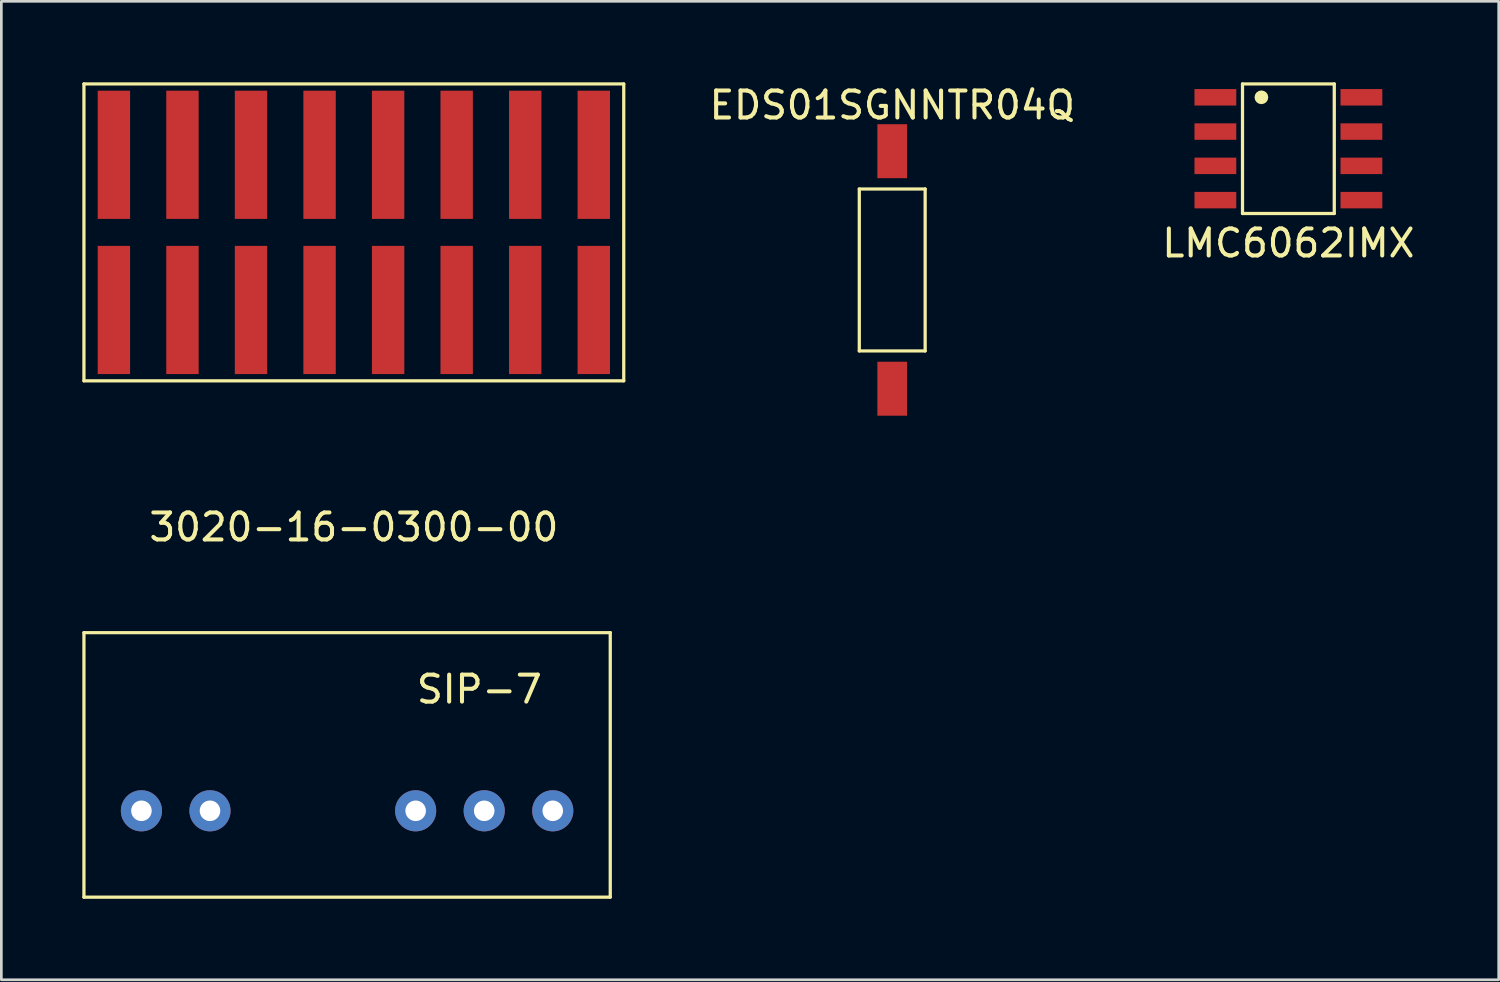
<source format=kicad_pcb>
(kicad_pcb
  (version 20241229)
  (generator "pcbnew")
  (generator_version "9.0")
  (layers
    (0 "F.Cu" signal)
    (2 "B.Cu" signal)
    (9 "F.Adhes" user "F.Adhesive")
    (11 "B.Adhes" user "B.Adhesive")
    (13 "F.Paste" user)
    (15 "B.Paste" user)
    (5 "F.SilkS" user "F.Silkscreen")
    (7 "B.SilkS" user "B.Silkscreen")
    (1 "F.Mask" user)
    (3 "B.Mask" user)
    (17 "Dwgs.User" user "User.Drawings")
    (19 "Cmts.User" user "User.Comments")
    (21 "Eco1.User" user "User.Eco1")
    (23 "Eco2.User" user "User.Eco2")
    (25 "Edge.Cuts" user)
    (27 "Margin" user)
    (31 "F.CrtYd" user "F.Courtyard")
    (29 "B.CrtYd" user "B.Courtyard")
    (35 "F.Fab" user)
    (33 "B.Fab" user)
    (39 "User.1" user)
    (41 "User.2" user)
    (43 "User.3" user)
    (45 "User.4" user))
  (footprint "EDS01SGNNTR04Q"
    (layer "F.Cu")
    (at 30.007 6.952)
    (property "Reference" "EDS01SGNNTR04Q" (at 0 -6.104 0) (layer "F.SilkS") (effects (font (size 1 1) (thickness 0.15))))
    (attr smd)
    (fp_line (start -1.22 -3) (end -1.22 3) (stroke (width 0.12) (type solid)) (layer "F.SilkS"))
    (fp_line (start -1.22 3) (end 1.22 3) (stroke (width 0.12) (type solid)) (layer "F.SilkS"))
    (fp_line (start 1.22 -3) (end -1.22 -3) (stroke (width 0.12) (type solid)) (layer "F.SilkS"))
    (fp_line (start 1.22 -3) (end 1.22 3) (stroke (width 0.12) (type solid)) (layer "F.SilkS"))
    (pad "1" smd rect (at 0 -4.4) (size 1.1 2) (layers "F.Cu" "F.Mask" "F.Paste"))
    (pad "2" smd rect (at 0 4.4) (size 1.1 2) (layers "F.Cu" "F.Mask" "F.Paste")))
  (footprint "SIP-7"
    (layer "F.Cu")
    (at 9.81 25.29)
    (property "Reference" "SIP-7" (at 4.9 -2.8 0) (layer "F.SilkS") (effects (font (size 1 1) (thickness 0.15))))
    (attr through_hole)
    (fp_line (start -9.75 -4.9) (end -9.75 4.9) (stroke (width 0.12) (type solid)) (layer "F.SilkS"))
    (fp_line (start -9.75 -4.9) (end 9.75 -4.9) (stroke (width 0.12) (type solid)) (layer "F.SilkS"))
    (fp_line (start -9.75 4.9) (end 9.75 4.9) (stroke (width 0.12) (type solid)) (layer "F.SilkS"))
    (fp_line (start 9.75 -4.9) (end 9.75 4.9) (stroke (width 0.12) (type solid)) (layer "F.SilkS"))
    (pad "1" thru_hole circle (at -7.62 1.7) (size 1.524 1.524) (drill 0.762) (layers "*.Cu" "*.Mask"))
    (pad "2" thru_hole circle (at -5.08 1.7) (size 1.524 1.524) (drill 0.762) (layers "*.Cu" "*.Mask"))
    (pad "3" thru_hole circle (at 2.54 1.7) (size 1.524 1.524) (drill 0.762) (layers "*.Cu" "*.Mask"))
    (pad "4" thru_hole circle (at 5.08 1.7) (size 1.524 1.524) (drill 0.762) (layers "*.Cu" "*.Mask"))
    (pad "5" thru_hole circle (at 7.62 1.7) (size 1.524 1.524) (drill 0.762) (layers "*.Cu" "*.Mask")))
  (footprint "3020-16-0300-00"
    (layer "F.Cu")
    (at 10.06 5.56)
    (property "Reference" "3020-16-0300-00" (at 0 10.922 0) (layer "F.SilkS") (effects (font (size 1 1) (thickness 0.15))))
    (attr through_hole)
    (fp_line (start -10 -5.5) (end -10 5.5) (stroke (width 0.12) (type solid)) (layer "F.SilkS"))
    (fp_line (start -10 5.5) (end 10 5.5) (stroke (width 0.12) (type solid)) (layer "F.SilkS"))
    (fp_line (start 10 -5.5) (end -10 -5.5) (stroke (width 0.12) (type solid)) (layer "F.SilkS"))
    (fp_line (start 10 5.5) (end 10 -5.5) (stroke (width 0.12) (type solid)) (layer "F.SilkS"))
    (pad "1" smd rect (at -8.89 -2.875) (size 1.2 4.75) (layers "F.Cu" "F.Mask" "F.Paste"))
    (pad "2" smd rect (at -6.35 -2.875) (size 1.2 4.75) (layers "F.Cu" "F.Mask" "F.Paste"))
    (pad "3" smd rect (at -3.81 -2.875) (size 1.2 4.75) (layers "F.Cu" "F.Mask" "F.Paste"))
    (pad "4" smd rect (at -1.27 -2.875) (size 1.2 4.75) (layers "F.Cu" "F.Mask" "F.Paste"))
    (pad "5" smd rect (at 1.27 -2.875) (size 1.2 4.75) (layers "F.Cu" "F.Mask" "F.Paste"))
    (pad "6" smd rect (at 3.81 -2.875) (size 1.2 4.75) (layers "F.Cu" "F.Mask" "F.Paste"))
    (pad "7" smd rect (at 6.35 -2.875) (size 1.2 4.75) (layers "F.Cu" "F.Mask" "F.Paste"))
    (pad "8" smd rect (at 8.89 -2.875) (size 1.2 4.75) (layers "F.Cu" "F.Mask" "F.Paste"))
    (pad "9" smd rect (at -8.89 2.875) (size 1.2 4.75) (layers "F.Cu" "F.Mask" "F.Paste"))
    (pad "10" smd rect (at -6.35 2.875) (size 1.2 4.75) (layers "F.Cu" "F.Mask" "F.Paste"))
    (pad "11" smd rect (at -3.81 2.875) (size 1.2 4.75) (layers "F.Cu" "F.Mask" "F.Paste"))
    (pad "12" smd rect (at -1.27 2.875) (size 1.2 4.75) (layers "F.Cu" "F.Mask" "F.Paste"))
    (pad "13" smd rect (at 1.27 2.875) (size 1.2 4.75) (layers "F.Cu" "F.Mask" "F.Paste"))
    (pad "14" smd rect (at 3.81 2.875) (size 1.2 4.75) (layers "F.Cu" "F.Mask" "F.Paste"))
    (pad "15" smd rect (at 6.35 2.875) (size 1.2 4.75) (layers "F.Cu" "F.Mask" "F.Paste"))
    (pad "16" smd rect (at 8.89 2.875) (size 1.2 4.75) (layers "F.Cu" "F.Mask" "F.Paste")))
  (footprint "LMC6062IMX"
    (layer "F.Cu")
    (at 44.685 2.46)
    (property "Reference" "LMC6062IMX" (at 0 3.5 0) (layer "F.SilkS") (effects (font (size 1 1) (thickness 0.15))))
    (attr through_hole)
    (fp_line (start -1.7 -2.4) (end -1.7 2.4) (stroke (width 0.12) (type solid)) (layer "F.SilkS"))
    (fp_line (start -1.7 -2.4) (end 1.7 -2.4) (stroke (width 0.12) (type solid)) (layer "F.SilkS"))
    (fp_line (start -1.7 2.4) (end 1.7 2.4) (stroke (width 0.12) (type solid)) (layer "F.SilkS"))
    (fp_line (start 1.7 -2.4) (end 1.7 2.4) (stroke (width 0.12) (type solid)) (layer "F.SilkS"))
    (fp_circle (center -1 -1.905) (end -0.873 -1.905) (stroke (width 0.254) (type solid)) (fill no) (layer "F.SilkS"))
    (pad "1" smd rect (at -2.705 -1.905) (size 1.549 0.61) (layers "F.Cu" "F.Mask" "F.Paste"))
    (pad "2" smd rect (at -2.705 -0.635) (size 1.549 0.61) (layers "F.Cu" "F.Mask" "F.Paste"))
    (pad "3" smd rect (at -2.705 0.635) (size 1.549 0.61) (layers "F.Cu" "F.Mask" "F.Paste"))
    (pad "4" smd rect (at -2.705 1.905) (size 1.549 0.61) (layers "F.Cu" "F.Mask" "F.Paste"))
    (pad "5" smd rect (at 2.705 1.905) (size 1.549 0.61) (layers "F.Cu" "F.Mask" "F.Paste"))
    (pad "6" smd rect (at 2.705 0.635) (size 1.549 0.61) (layers "F.Cu" "F.Mask" "F.Paste"))
    (pad "7" smd rect (at 2.705 -0.635) (size 1.549 0.61) (layers "F.Cu" "F.Mask" "F.Paste"))
    (pad "8" smd rect (at 2.705 -1.905) (size 1.549 0.61) (layers "F.Cu" "F.Mask" "F.Paste")))
  (gr_rect
    (start -3 -3)
    (end 52.477 33.25)
    (stroke (width 0.1) (type default))
    (fill no)
    (layer "Edge.Cuts")))
</source>
